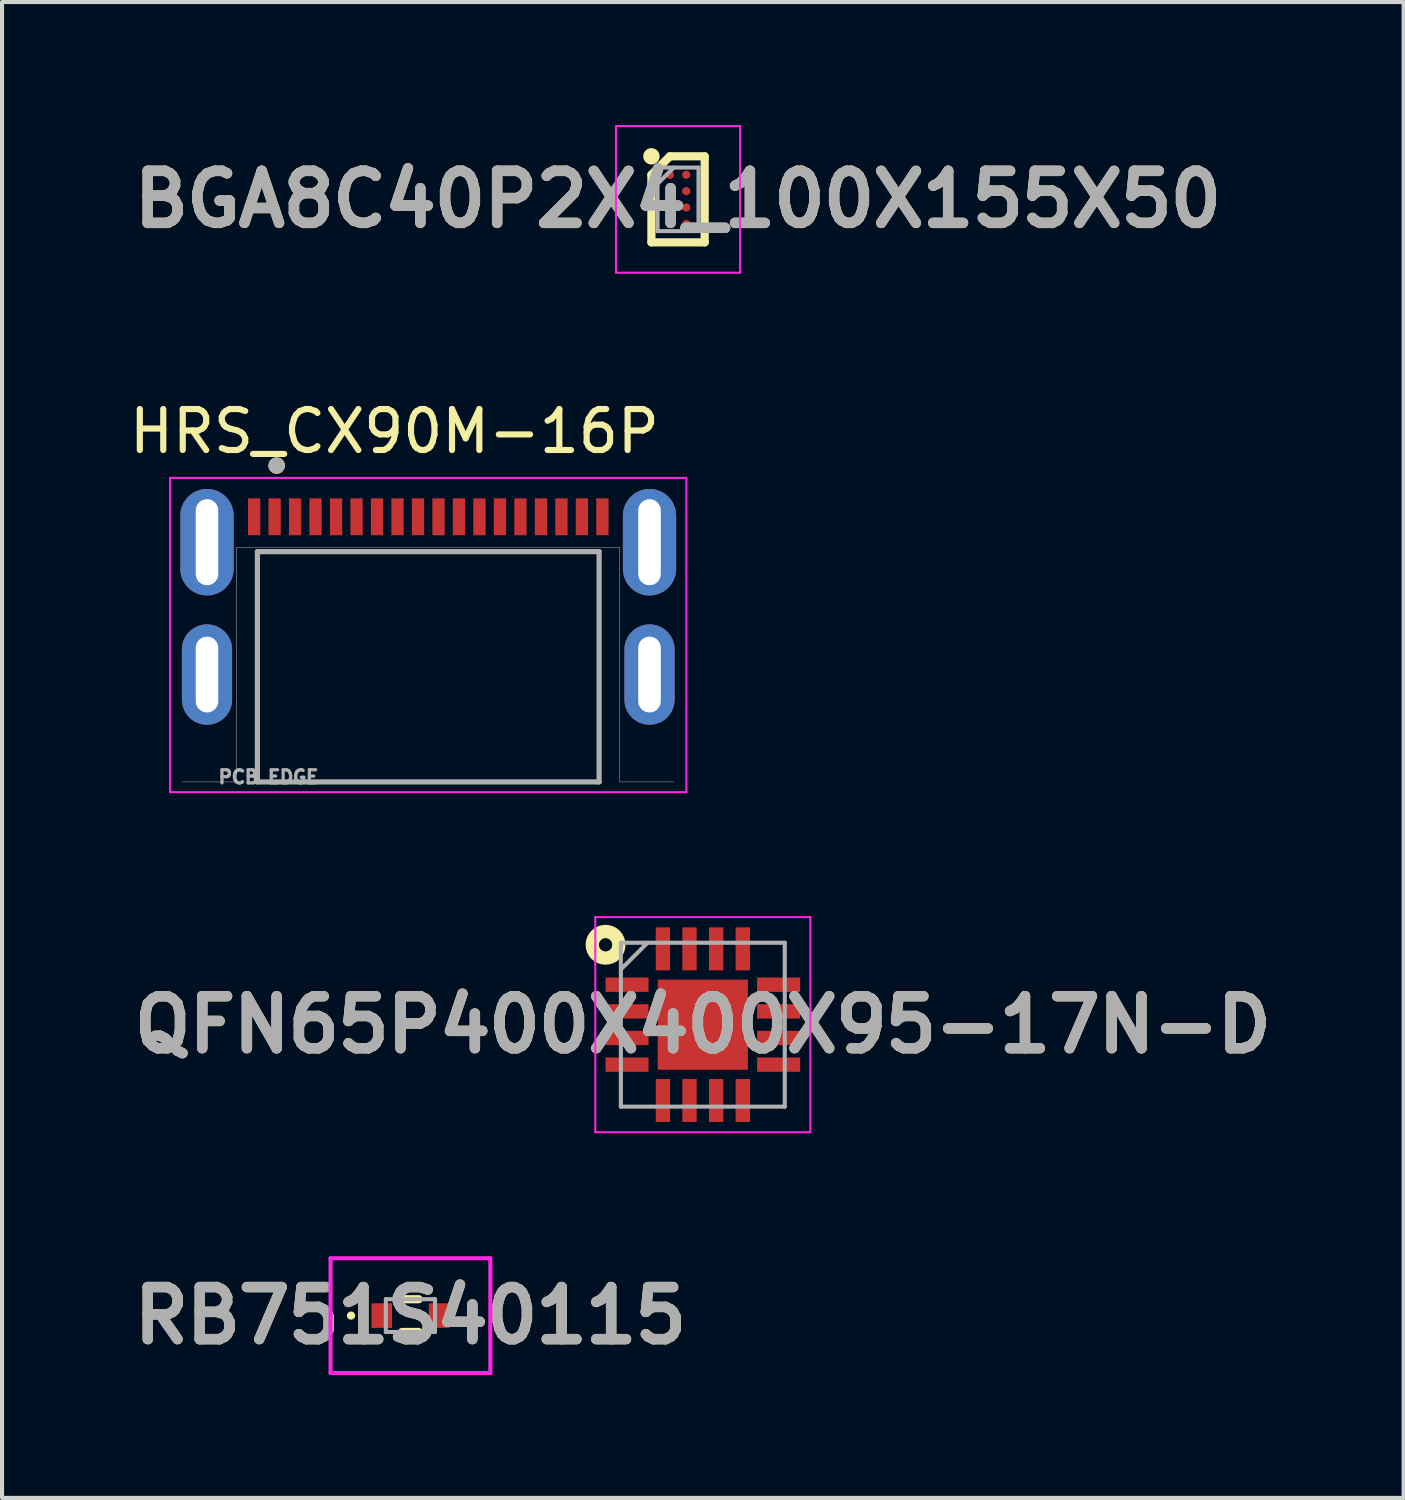
<source format=kicad_pcb>
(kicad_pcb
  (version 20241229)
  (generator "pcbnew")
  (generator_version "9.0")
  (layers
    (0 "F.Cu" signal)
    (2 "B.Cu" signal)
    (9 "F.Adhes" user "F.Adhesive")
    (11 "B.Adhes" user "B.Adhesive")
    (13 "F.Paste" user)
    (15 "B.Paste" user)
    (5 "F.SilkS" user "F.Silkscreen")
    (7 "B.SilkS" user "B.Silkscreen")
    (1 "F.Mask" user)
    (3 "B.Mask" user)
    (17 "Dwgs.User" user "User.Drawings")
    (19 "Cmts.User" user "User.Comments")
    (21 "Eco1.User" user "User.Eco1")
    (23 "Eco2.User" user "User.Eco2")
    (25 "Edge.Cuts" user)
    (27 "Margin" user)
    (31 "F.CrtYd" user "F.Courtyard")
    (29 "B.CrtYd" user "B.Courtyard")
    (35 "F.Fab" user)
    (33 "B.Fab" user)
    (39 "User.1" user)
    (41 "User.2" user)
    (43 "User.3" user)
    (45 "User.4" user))
  (footprint "HRS_CX90M-16P"
    (layer "F.Cu")
    (at 7.402 13.413)
    (property "Reference" "HRS_CX90M-16P" (at -0.825 -5.935 0) (layer "F.SilkS") (effects (font (size 1 1) (thickness 0.15))))
    (attr smd)
    (fp_circle (center -3.7 -5.1) (end -3.6 -5.1) (stroke (width 0.2) (type solid)) (fill no) (layer "F.SilkS"))
    (fp_line (start -6 2.62) (end -4.675 2.62) (stroke (width 0.01) (type solid)) (layer "Edge.Cuts"))
    (fp_line (start -4.675 -3.1) (end 4.675 -3.1) (stroke (width 0.01) (type solid)) (layer "Edge.Cuts"))
    (fp_line (start -4.675 2.62) (end -4.675 -3.1) (stroke (width 0.01) (type solid)) (layer "Edge.Cuts"))
    (fp_line (start 4.675 -3.1) (end 4.675 2.62) (stroke (width 0.01) (type solid)) (layer "Edge.Cuts"))
    (fp_line (start 4.675 2.62) (end 6 2.62) (stroke (width 0.01) (type solid)) (layer "Edge.Cuts"))
    (fp_line (start -6.3 -4.8) (end 6.3 -4.8) (stroke (width 0.05) (type solid)) (layer "F.CrtYd"))
    (fp_line (start -6.3 2.87) (end -6.3 -4.8) (stroke (width 0.05) (type solid)) (layer "F.CrtYd"))
    (fp_line (start 6.3 -4.8) (end 6.3 2.87) (stroke (width 0.05) (type solid)) (layer "F.CrtYd"))
    (fp_line (start 6.3 2.87) (end -6.3 2.87) (stroke (width 0.05) (type solid)) (layer "F.CrtYd"))
    (fp_line (start -4.17 -3) (end -4.17 2.62) (stroke (width 0.127) (type solid)) (layer "F.Fab"))
    (fp_line (start -4.17 2.62) (end 4.17 2.62) (stroke (width 0.127) (type solid)) (layer "F.Fab"))
    (fp_line (start 4.17 -3) (end -4.17 -3) (stroke (width 0.127) (type solid)) (layer "F.Fab"))
    (fp_line (start 4.17 2.62) (end 4.17 -3) (stroke (width 0.127) (type solid)) (layer "F.Fab"))
    (fp_circle (center -3.7 -5.1) (end -3.6 -5.1) (stroke (width 0.2) (type solid)) (fill no) (layer "F.Fab"))
    (fp_text user "PCB EDGE" (at -3.9 2.5 0) (layer "F.Fab") (effects (font (size 0.32 0.32) (thickness 0.15))))
    (pad "A1" smd rect (at -3.75 -3.85) (size 0.3 0.9) (layers "F.Cu" "F.Mask" "F.Paste"))
    (pad "A4" smd rect (at -2.75 -3.85) (size 0.3 0.9) (layers "F.Cu" "F.Mask" "F.Paste"))
    (pad "A5" smd rect (at -1.75 -3.85) (size 0.3 0.9) (layers "F.Cu" "F.Mask" "F.Paste"))
    (pad "A6" smd rect (at -0.75 -3.85) (size 0.3 0.9) (layers "F.Cu" "F.Mask" "F.Paste"))
    (pad "A7" smd rect (at 0.75 -3.85) (size 0.3 0.9) (layers "F.Cu" "F.Mask" "F.Paste"))
    (pad "A8" smd rect (at 1.75 -3.85) (size 0.3 0.9) (layers "F.Cu" "F.Mask" "F.Paste"))
    (pad "A9" smd rect (at 2.75 -3.85) (size 0.3 0.9) (layers "F.Cu" "F.Mask" "F.Paste"))
    (pad "A12" smd rect (at 3.75 -3.85) (size 0.3 0.9) (layers "F.Cu" "F.Mask" "F.Paste"))
    (pad "B1" smd rect (at 3.25 -3.85) (size 0.3 0.9) (layers "F.Cu" "F.Mask" "F.Paste"))
    (pad "B4" smd rect (at 2.25 -3.85) (size 0.3 0.9) (layers "F.Cu" "F.Mask" "F.Paste"))
    (pad "B5" smd rect (at 1.25 -3.85) (size 0.3 0.9) (layers "F.Cu" "F.Mask" "F.Paste"))
    (pad "B6" smd rect (at 0.25 -3.85) (size 0.3 0.9) (layers "F.Cu" "F.Mask" "F.Paste"))
    (pad "B7" smd rect (at -0.25 -3.85) (size 0.3 0.9) (layers "F.Cu" "F.Mask" "F.Paste"))
    (pad "B8" smd rect (at -1.25 -3.85) (size 0.3 0.9) (layers "F.Cu" "F.Mask" "F.Paste"))
    (pad "B9" smd rect (at -2.25 -3.85) (size 0.3 0.9) (layers "F.Cu" "F.Mask" "F.Paste"))
    (pad "B12" smd rect (at -3.25 -3.85) (size 0.3 0.9) (layers "F.Cu" "F.Mask" "F.Paste"))
    (pad "MID1" smd rect (at -4.25 -3.85) (size 0.3 0.9) (layers "F.Cu" "F.Mask" "F.Paste"))
    (pad "MID2" smd rect (at 4.25 -3.85) (size 0.3 0.9) (layers "F.Cu" "F.Mask" "F.Paste"))
    (pad "S1" thru_hole oval (at -5.4 -3.23) (size 1.3 2.6) (drill oval 0.55 2.1) (layers "*.Cu" "*.Mask"))
    (pad "S2" thru_hole oval (at 5.4 -3.23) (size 1.3 2.6) (drill oval 0.55 2.1) (layers "*.Cu" "*.Mask"))
    (pad "S3" thru_hole oval (at -5.4 0) (size 1.225 2.45) (drill oval 0.55 1.85) (layers "*.Cu" "*.Mask"))
    (pad "S4" thru_hole oval (at 5.4 0) (size 1.225 2.45) (drill oval 0.55 1.85) (layers "*.Cu" "*.Mask")))
  (footprint "QFN65P400X400X95-17N-D"
    (layer "F.Cu")
    (at 14.103 21.958)
    (property "Reference" "QFN65P400X400X95-17N-D" (at 0 0 0) (layer "F.SilkS") (effects (font (size 1.27 1.27) (thickness 0.254))))
    (attr smd)
    (fp_circle (center -2.374 -1.95) (end -2.374 -1.788) (stroke (width 0.325) (type solid)) (fill no) (layer "F.SilkS"))
    (fp_line (start -2.625 -2.625) (end 2.625 -2.625) (stroke (width 0.05) (type solid)) (layer "F.CrtYd"))
    (fp_line (start -2.625 2.625) (end -2.625 -2.625) (stroke (width 0.05) (type solid)) (layer "F.CrtYd"))
    (fp_line (start 2.625 -2.625) (end 2.625 2.625) (stroke (width 0.05) (type solid)) (layer "F.CrtYd"))
    (fp_line (start 2.625 2.625) (end -2.625 2.625) (stroke (width 0.05) (type solid)) (layer "F.CrtYd"))
    (fp_line (start -2 -2) (end 2 -2) (stroke (width 0.1) (type solid)) (layer "F.Fab"))
    (fp_line (start -2 -1.35) (end -1.35 -2) (stroke (width 0.1) (type solid)) (layer "F.Fab"))
    (fp_line (start -2 2) (end -2 -2) (stroke (width 0.1) (type solid)) (layer "F.Fab"))
    (fp_line (start 2 -2) (end 2 2) (stroke (width 0.1) (type solid)) (layer "F.Fab"))
    (fp_line (start 2 2) (end -2 2) (stroke (width 0.1) (type solid)) (layer "F.Fab"))
    (fp_text user "${REFERENCE}" (at 0 0 0) (layer "F.Fab") (effects (font (size 1.27 1.27) (thickness 0.254))))
    (pad "1" smd rect (at -1.85 -0.975 90) (size 0.35 1.05) (layers "F.Cu" "F.Mask" "F.Paste"))
    (pad "2" smd rect (at -1.85 -0.325 90) (size 0.35 1.05) (layers "F.Cu" "F.Mask" "F.Paste"))
    (pad "3" smd rect (at -1.85 0.325 90) (size 0.35 1.05) (layers "F.Cu" "F.Mask" "F.Paste"))
    (pad "4" smd rect (at -1.85 0.975 90) (size 0.35 1.05) (layers "F.Cu" "F.Mask" "F.Paste"))
    (pad "5" smd rect (at -0.975 1.85) (size 0.35 1.05) (layers "F.Cu" "F.Mask" "F.Paste"))
    (pad "6" smd rect (at -0.325 1.85) (size 0.35 1.05) (layers "F.Cu" "F.Mask" "F.Paste"))
    (pad "7" smd rect (at 0.325 1.85) (size 0.35 1.05) (layers "F.Cu" "F.Mask" "F.Paste"))
    (pad "8" smd rect (at 0.975 1.85) (size 0.35 1.05) (layers "F.Cu" "F.Mask" "F.Paste"))
    (pad "9" smd rect (at 1.85 0.975 90) (size 0.35 1.05) (layers "F.Cu" "F.Mask" "F.Paste"))
    (pad "10" smd rect (at 1.85 0.325 90) (size 0.35 1.05) (layers "F.Cu" "F.Mask" "F.Paste"))
    (pad "11" smd rect (at 1.85 -0.325 90) (size 0.35 1.05) (layers "F.Cu" "F.Mask" "F.Paste"))
    (pad "12" smd rect (at 1.85 -0.975 90) (size 0.35 1.05) (layers "F.Cu" "F.Mask" "F.Paste"))
    (pad "13" smd rect (at 0.975 -1.85) (size 0.35 1.05) (layers "F.Cu" "F.Mask" "F.Paste"))
    (pad "14" smd rect (at 0.325 -1.85) (size 0.35 1.05) (layers "F.Cu" "F.Mask" "F.Paste"))
    (pad "15" smd rect (at -0.325 -1.85) (size 0.35 1.05) (layers "F.Cu" "F.Mask" "F.Paste"))
    (pad "16" smd rect (at -0.975 -1.85) (size 0.35 1.05) (layers "F.Cu" "F.Mask" "F.Paste"))
    (pad "17" smd rect (at 0 0) (size 2.2 2.2) (layers "F.Cu" "F.Mask" "F.Paste")))
  (footprint "RB751S40115"
    (layer "F.Cu")
    (at 6.967 29.058)
    (property "Reference" "RB751S40115" (at 0 0 0) (layer "F.SilkS") (effects (font (size 1.27 1.27) (thickness 0.254))))
    (attr smd)
    (fp_line (start -1.5 0) (end -1.5 0) (stroke (width 0.1) (type solid)) (layer "F.SilkS"))
    (fp_line (start -1.4 0) (end -1.4 0) (stroke (width 0.1) (type solid)) (layer "F.SilkS"))
    (fp_line (start -0.2 -0.4) (end 0.2 -0.4) (stroke (width 0.2) (type solid)) (layer "F.SilkS"))
    (fp_line (start -0.2 0.4) (end 0.2 0.4) (stroke (width 0.2) (type solid)) (layer "F.SilkS"))
    (fp_arc (start -1.5 0) (mid -1.45 -0.05) (end -1.4 0) (stroke (width 0.1) (type solid)) (layer "F.SilkS"))
    (fp_arc (start -1.4 0) (mid -1.45 0.05) (end -1.5 0) (stroke (width 0.1) (type solid)) (layer "F.SilkS"))
    (fp_line (start -1.95 -1.4) (end 1.95 -1.4) (stroke (width 0.1) (type solid)) (layer "F.CrtYd"))
    (fp_line (start -1.95 1.4) (end -1.95 -1.4) (stroke (width 0.1) (type solid)) (layer "F.CrtYd"))
    (fp_line (start 1.95 -1.4) (end 1.95 1.4) (stroke (width 0.1) (type solid)) (layer "F.CrtYd"))
    (fp_line (start 1.95 1.4) (end -1.95 1.4) (stroke (width 0.1) (type solid)) (layer "F.CrtYd"))
    (fp_line (start -0.6 -0.4) (end 0.6 -0.4) (stroke (width 0.1) (type solid)) (layer "F.Fab"))
    (fp_line (start -0.6 0.4) (end -0.6 -0.4) (stroke (width 0.1) (type solid)) (layer "F.Fab"))
    (fp_line (start 0.6 -0.4) (end 0.6 0.4) (stroke (width 0.1) (type solid)) (layer "F.Fab"))
    (fp_line (start 0.6 0.4) (end -0.6 0.4) (stroke (width 0.1) (type solid)) (layer "F.Fab"))
    (fp_text user "${REFERENCE}" (at 0 0 0) (layer "F.Fab") (effects (font (size 1.27 1.27) (thickness 0.254))))
    (pad "1" smd rect (at -0.7 0) (size 0.5 0.6) (layers "F.Cu" "F.Mask" "F.Paste"))
    (pad "2" smd rect (at 0.7 0) (size 0.5 0.6) (layers "F.Cu" "F.Mask" "F.Paste")))
  (footprint "BGA8C40P2X4_100X155X50"
    (layer "F.Cu")
    (at 13.498 1.815)
    (property "Reference" "BGA8C40P2X4_100X155X50" (at 0 0 0) (layer "F.SilkS") (effects (font (size 1.27 1.27) (thickness 0.254))))
    (attr smd)
    (fp_line (start -0.65 -0.6) (end -0.2 -1.05) (stroke (width 0.2) (type solid)) (layer "F.SilkS"))
    (fp_line (start -0.65 1.05) (end -0.65 -0.6) (stroke (width 0.2) (type solid)) (layer "F.SilkS"))
    (fp_line (start -0.2 -1.05) (end 0.65 -1.05) (stroke (width 0.2) (type solid)) (layer "F.SilkS"))
    (fp_line (start 0.65 -1.05) (end 0.65 1.05) (stroke (width 0.2) (type solid)) (layer "F.SilkS"))
    (fp_line (start 0.65 1.05) (end -0.65 1.05) (stroke (width 0.2) (type solid)) (layer "F.SilkS"))
    (fp_circle (center -0.65 -1.05) (end -0.65 -0.95) (stroke (width 0.2) (type solid)) (fill no) (layer "F.SilkS"))
    (fp_line (start -1.515 -1.79) (end 1.515 -1.79) (stroke (width 0.05) (type solid)) (layer "F.CrtYd"))
    (fp_line (start -1.515 1.79) (end -1.515 -1.79) (stroke (width 0.05) (type solid)) (layer "F.CrtYd"))
    (fp_line (start 1.515 -1.79) (end 1.515 1.79) (stroke (width 0.05) (type solid)) (layer "F.CrtYd"))
    (fp_line (start 1.515 1.79) (end -1.515 1.79) (stroke (width 0.05) (type solid)) (layer "F.CrtYd"))
    (fp_line (start -0.5 -0.775) (end 0.5 -0.775) (stroke (width 0.1) (type solid)) (layer "F.Fab"))
    (fp_line (start -0.5 -0.38) (end -0.105 -0.775) (stroke (width 0.1) (type solid)) (layer "F.Fab"))
    (fp_line (start -0.5 0.775) (end -0.5 -0.775) (stroke (width 0.1) (type solid)) (layer "F.Fab"))
    (fp_line (start 0.5 -0.775) (end 0.5 0.775) (stroke (width 0.1) (type solid)) (layer "F.Fab"))
    (fp_line (start 0.5 0.775) (end -0.5 0.775) (stroke (width 0.1) (type solid)) (layer "F.Fab"))
    (fp_text user "${REFERENCE}" (at 0 0 0) (layer "F.Fab") (effects (font (size 1.27 1.27) (thickness 0.254))))
    (pad "A1" smd circle (at -0.2 -0.6 90) (size 0.2 0.2) (layers "F.Cu" "F.Mask" "F.Paste"))
    (pad "A2" smd circle (at 0.2 -0.6 90) (size 0.2 0.2) (layers "F.Cu" "F.Mask" "F.Paste"))
    (pad "B1" smd circle (at -0.2 -0.2 90) (size 0.2 0.2) (layers "F.Cu" "F.Mask" "F.Paste"))
    (pad "B2" smd circle (at 0.2 -0.2 90) (size 0.2 0.2) (layers "F.Cu" "F.Mask" "F.Paste"))
    (pad "C1" smd circle (at -0.2 0.2 90) (size 0.2 0.2) (layers "F.Cu" "F.Mask" "F.Paste"))
    (pad "C2" smd circle (at 0.2 0.2 90) (size 0.2 0.2) (layers "F.Cu" "F.Mask" "F.Paste"))
    (pad "D1" smd circle (at -0.2 0.6 90) (size 0.2 0.2) (layers "F.Cu" "F.Mask" "F.Paste"))
    (pad "D2" smd circle (at 0.2 0.6 90) (size 0.2 0.2) (layers "F.Cu" "F.Mask" "F.Paste")))
  (gr_rect
    (start -3 -3)
    (end 31.206 33.508)
    (stroke (width 0.1) (type default))
    (fill no)
    (layer "Edge.Cuts")))
</source>
